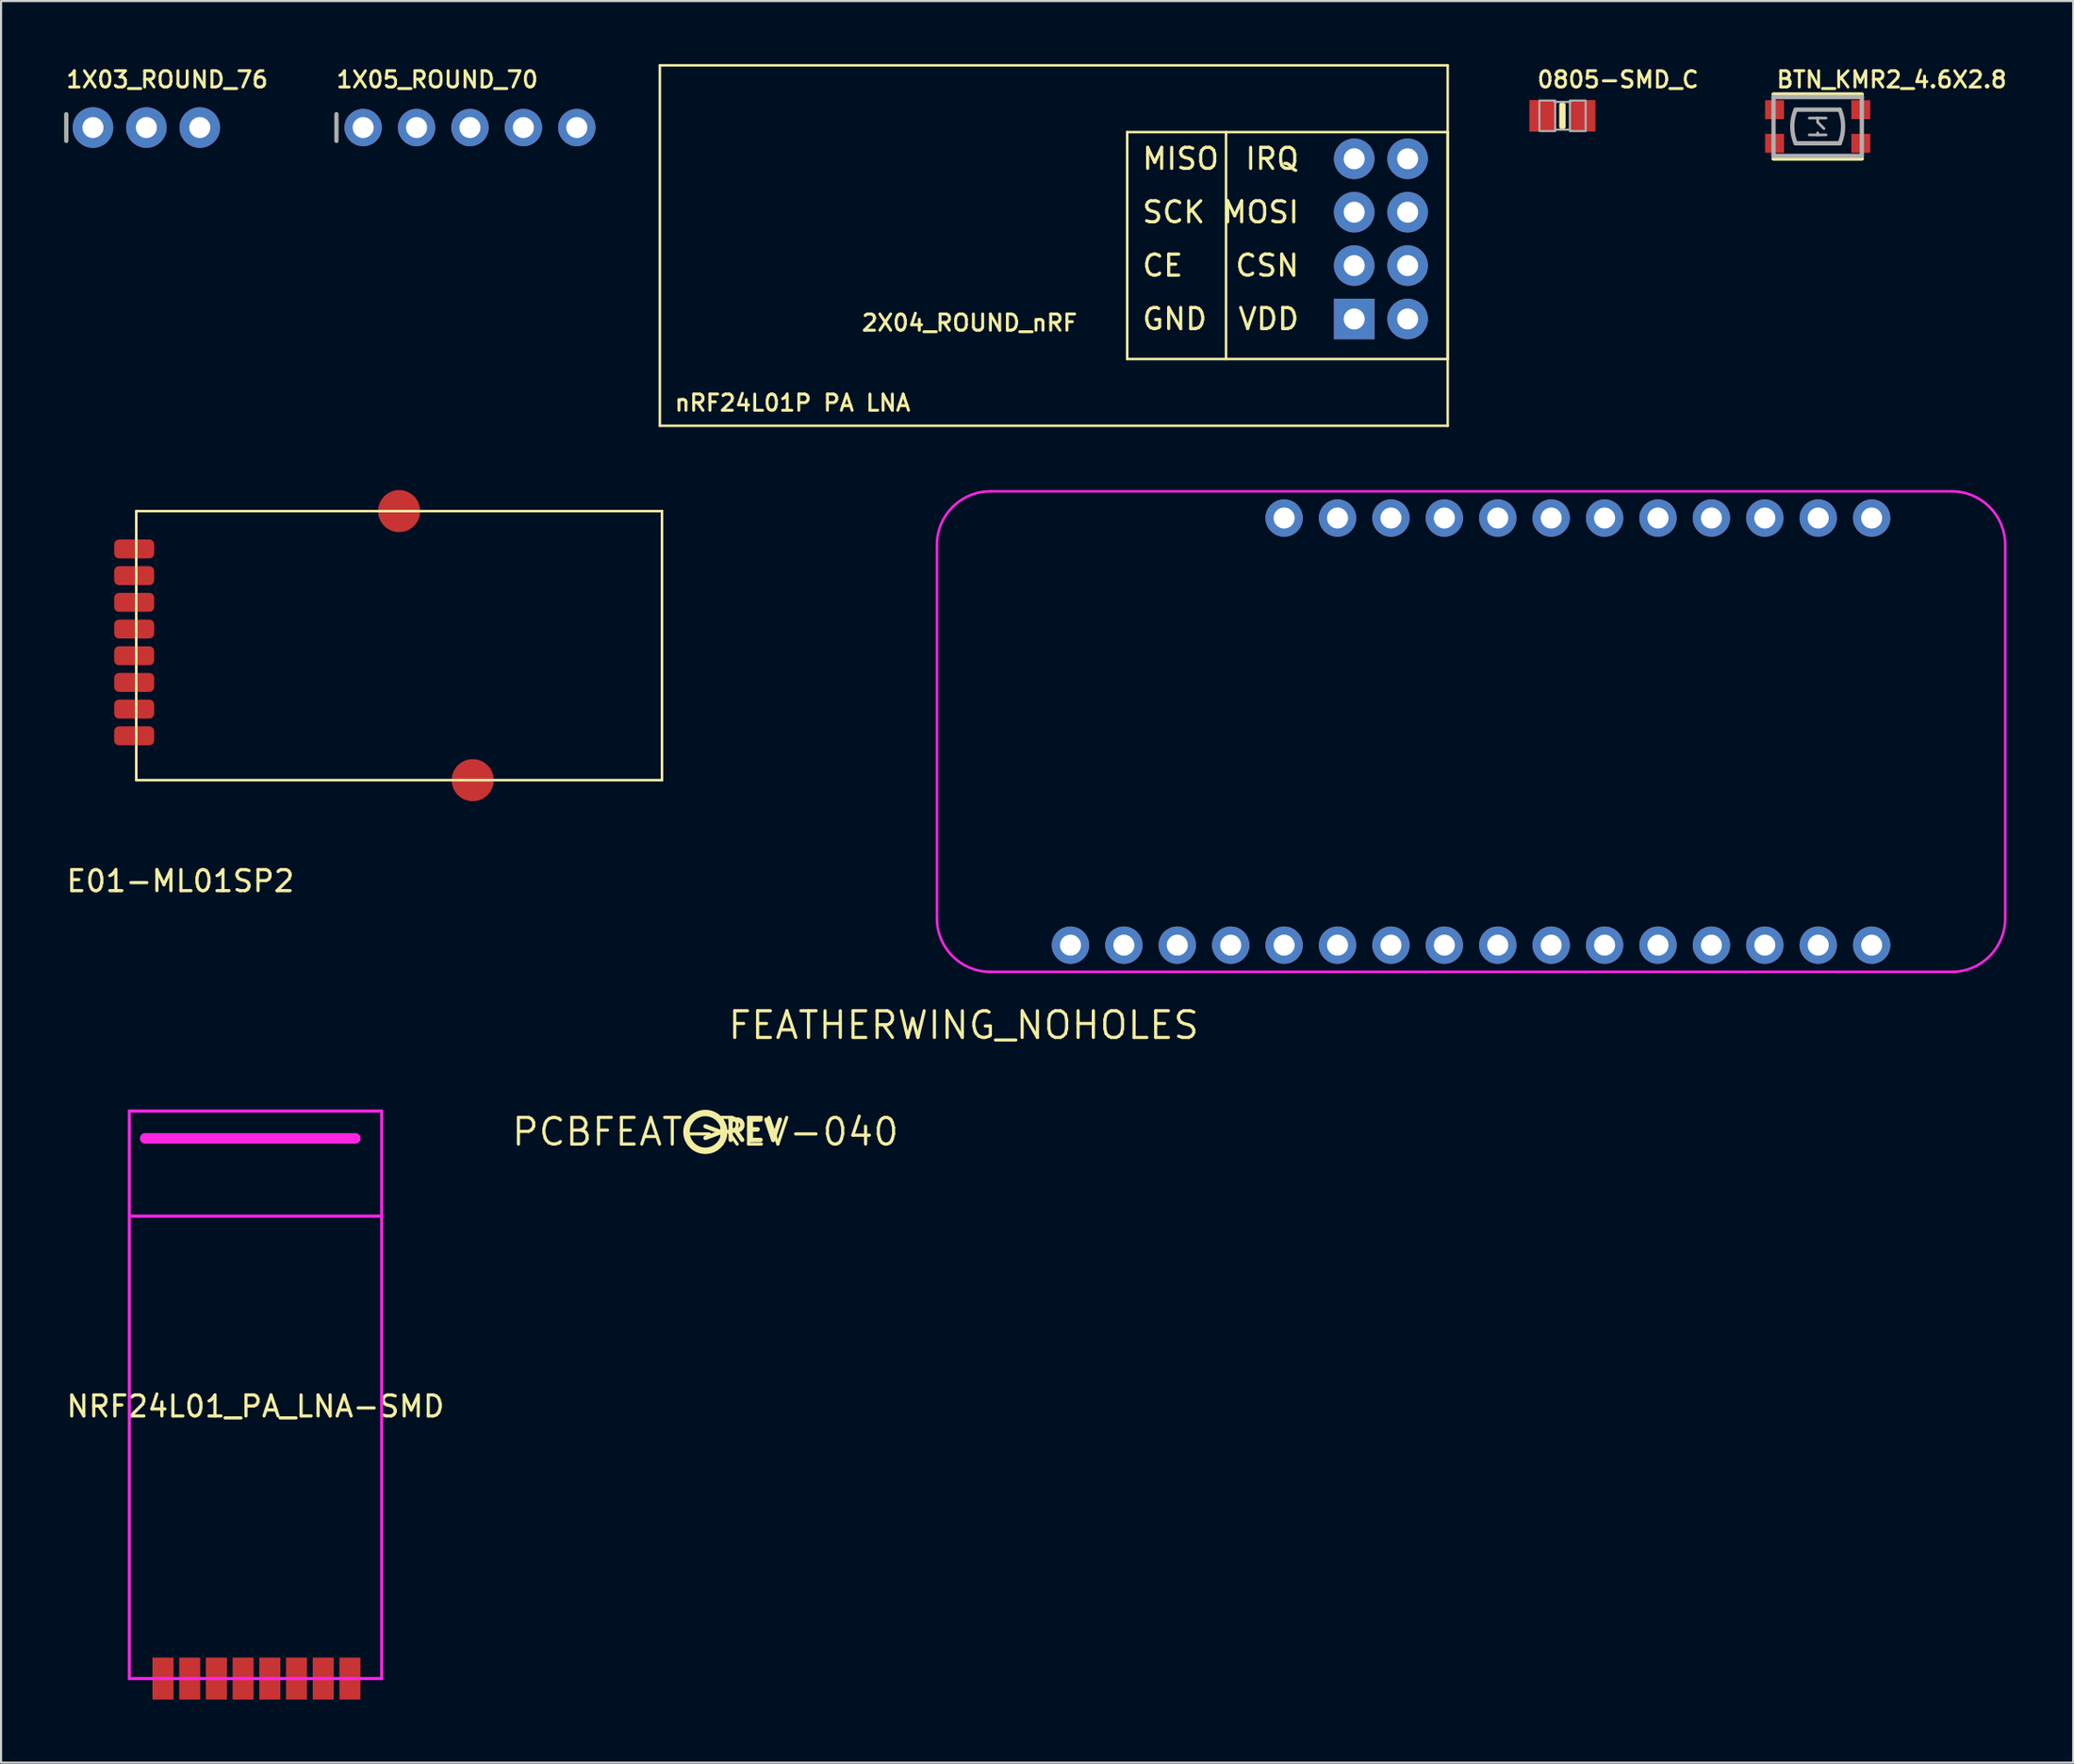
<source format=kicad_pcb>
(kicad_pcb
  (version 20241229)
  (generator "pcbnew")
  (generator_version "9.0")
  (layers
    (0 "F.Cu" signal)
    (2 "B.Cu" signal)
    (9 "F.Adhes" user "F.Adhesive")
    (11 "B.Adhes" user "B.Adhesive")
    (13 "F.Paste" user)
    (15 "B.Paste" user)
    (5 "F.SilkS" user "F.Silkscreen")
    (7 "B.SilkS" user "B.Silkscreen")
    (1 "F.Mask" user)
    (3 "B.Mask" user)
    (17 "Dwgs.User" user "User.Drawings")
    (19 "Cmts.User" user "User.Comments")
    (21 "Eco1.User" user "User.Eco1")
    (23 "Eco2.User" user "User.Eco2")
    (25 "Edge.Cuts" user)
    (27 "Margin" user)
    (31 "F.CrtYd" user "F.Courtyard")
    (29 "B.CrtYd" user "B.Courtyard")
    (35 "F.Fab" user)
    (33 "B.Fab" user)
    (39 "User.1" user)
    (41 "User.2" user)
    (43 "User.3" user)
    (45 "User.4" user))
  (footprint "NRF24L01_PA_LNA-SMD"
    (layer "F.Cu")
    (at 9.101 68.106)
    (property "Reference" "NRF24L01_PA_LNA-SMD" (at 0 -4.25 0) (layer "F.SilkS") (effects (font (size 1 1) (thickness 0.15))))
    (attr through_hole)
    (fp_line (start -6 -18.3) (end 6 -18.3) (stroke (width 0.15) (type solid)) (layer "F.CrtYd"))
    (fp_line (start -6 -13.3) (end 6 -13.3) (stroke (width 0.15) (type solid)) (layer "F.CrtYd"))
    (fp_line (start -6 8.7) (end -6 -18.3) (stroke (width 0.15) (type solid)) (layer "F.CrtYd"))
    (fp_line (start -5.25 -17) (end 4.75 -17) (stroke (width 0.5) (type solid)) (layer "F.CrtYd"))
    (fp_line (start 6 -18.3) (end 6 8.7) (stroke (width 0.15) (type solid)) (layer "F.CrtYd"))
    (fp_line (start 6 8.7) (end -6 8.7) (stroke (width 0.15) (type solid)) (layer "F.CrtYd"))
    (pad "1" smd rect (at 4.49 8.7) (size 1 2) (layers "F.Cu" "F.Mask" "F.Paste"))
    (pad "2" smd rect (at -4.4 8.7) (size 1 2) (layers "F.Cu" "F.Mask" "F.Paste"))
    (pad "3" smd rect (at -3.13 8.7) (size 1 2) (layers "F.Cu" "F.Mask" "F.Paste"))
    (pad "4" smd rect (at -1.86 8.7) (size 1 2) (layers "F.Cu" "F.Mask" "F.Paste"))
    (pad "5" smd rect (at -0.59 8.7) (size 1 2) (layers "F.Cu" "F.Mask" "F.Paste"))
    (pad "6" smd rect (at 0.68 8.7) (size 1 2) (layers "F.Cu" "F.Mask" "F.Paste"))
    (pad "7" smd rect (at 1.95 8.7) (size 1 2) (layers "F.Cu" "F.Mask" "F.Paste"))
    (pad "8" smd rect (at 3.22 8.7) (size 1 2) (layers "F.Cu" "F.Mask" "F.Paste")))
  (footprint "PCBFEAT-REV-040"
    (layer "F.Cu")
    (at 30.493 50.798)
    (property "Reference" "PCBFEAT-REV-040" (at 0 0 0) (layer "F.SilkS") (effects (font (size 1.27 1.27) (thickness 0.15))))
    (attr through_hole)
    (fp_circle (center 0 0) (end 0.898 0) (stroke (width 0.305) (type solid)) (fill no) (layer "F.SilkS"))
    (fp_text user ">REV" (at -0.356 0.508 0) (layer "F.SilkS") (effects (font (size 0.965 0.965) (thickness 0.203)) (justify left bottom))))
  (footprint "2X04_ROUND_nRF"
    (layer "F.Cu")
    (at 66.429 4.505)
    (property "Reference" "2X04_ROUND_nRF" (at -28.575 8.255 0) (layer "F.SilkS") (effects (font (size 0.772 0.772) (thickness 0.139)) (justify left bottom)))
    (attr through_hole)
    (fp_line (start -38.1 -4.445) (end -0.635 -4.445) (stroke (width 0.12) (type solid)) (layer "F.SilkS"))
    (fp_line (start -38.1 12.7) (end -38.1 -4.445) (stroke (width 0.12) (type solid)) (layer "F.SilkS"))
    (fp_line (start -15.875 -1.27) (end -15.875 9.525) (stroke (width 0.12) (type solid)) (layer "F.SilkS"))
    (fp_line (start -15.875 9.525) (end -0.635 9.525) (stroke (width 0.12) (type solid)) (layer "F.SilkS"))
    (fp_line (start -11.176 -1.27) (end -11.176 9.525) (stroke (width 0.12) (type solid)) (layer "F.SilkS"))
    (fp_line (start -0.635 -4.445) (end -0.635 12.7) (stroke (width 0.12) (type solid)) (layer "F.SilkS"))
    (fp_line (start -0.635 -1.27) (end -15.875 -1.27) (stroke (width 0.12) (type solid)) (layer "F.SilkS"))
    (fp_line (start -0.635 9.525) (end -0.635 -1.27) (stroke (width 0.12) (type solid)) (layer "F.SilkS"))
    (fp_line (start -0.635 12.7) (end -38.1 12.7) (stroke (width 0.12) (type solid)) (layer "F.SilkS"))
    (fp_text user "SCK" (at -15.24 2.54 0) (layer "F.SilkS") (effects (font (size 1 1) (thickness 0.15)) (justify left)))
    (fp_text user "CSN" (at -7.62 5.08 0) (layer "F.SilkS") (effects (font (size 1 1) (thickness 0.15)) (justify right)))
    (fp_text user "MOSI" (at -7.62 2.54 0) (layer "F.SilkS") (effects (font (size 1 1) (thickness 0.15)) (justify right)))
    (fp_text user "nRF24L01P PA LNA" (at -37.465 12.065 180) (layer "F.SilkS") (effects (font (size 0.772 0.772) (thickness 0.139)) (justify left bottom)))
    (fp_text user "CE" (at -15.24 5.08 0) (layer "F.SilkS") (effects (font (size 1 1) (thickness 0.15)) (justify left)))
    (fp_text user "VDD" (at -7.62 7.62 0) (layer "F.SilkS") (effects (font (size 1 1) (thickness 0.15)) (justify right)))
    (fp_text user "GND" (at -15.24 7.62 0) (layer "F.SilkS") (effects (font (size 1 1) (thickness 0.15)) (justify left)))
    (fp_text user "MISO" (at -15.24 0 0) (layer "F.SilkS") (effects (font (size 1 1) (thickness 0.15)) (justify left)))
    (fp_text user "IRQ" (at -7.62 0 0) (layer "F.SilkS") (effects (font (size 1 1) (thickness 0.15)) (justify right)))
    (pad "1" thru_hole rect (at -5.08 7.62 90) (size 1.93 1.93) (drill 1) (layers "*.Cu" "*.Mask"))
    (pad "2" thru_hole circle (at -2.54 7.62 90) (size 1.93 1.93) (drill 1) (layers "*.Cu" "*.Mask"))
    (pad "3" thru_hole circle (at -5.08 5.08 90) (size 1.93 1.93) (drill 1) (layers "*.Cu" "*.Mask"))
    (pad "4" thru_hole circle (at -2.54 5.08 90) (size 1.93 1.93) (drill 1) (layers "*.Cu" "*.Mask"))
    (pad "5" thru_hole circle (at -5.08 2.54 90) (size 1.93 1.93) (drill 1) (layers "*.Cu" "*.Mask"))
    (pad "6" thru_hole circle (at -2.54 2.54 90) (size 1.93 1.93) (drill 1) (layers "*.Cu" "*.Mask"))
    (pad "7" thru_hole circle (at -5.08 0 90) (size 1.93 1.93) (drill 1) (layers "*.Cu" "*.Mask"))
    (pad "8" thru_hole circle (at -2.54 0 90) (size 1.93 1.93) (drill 1) (layers "*.Cu" "*.Mask")))
  (footprint "1X05_ROUND_70"
    (layer "F.Cu")
    (at 19.3 3.018)
    (property "Reference" "1X05_ROUND_70" (at -6.426 -1.829 180) (layer "F.SilkS") (effects (font (size 0.772 0.772) (thickness 0.139)) (justify left bottom)))
    (attr through_hole)
    (fp_line (start -6.35 -0.635) (end -6.35 0.635) (stroke (width 0.203) (type solid)) (layer "F.Fab"))
    (fp_poly (pts (xy -5.334 0.254) (xy -4.826 0.254) (xy -4.826 -0.254) (xy -5.334 -0.254)) (stroke (width 0.1) (type solid)) (fill no) (layer "F.Fab"))
    (fp_poly (pts (xy -2.794 0.254) (xy -2.286 0.254) (xy -2.286 -0.254) (xy -2.794 -0.254)) (stroke (width 0.1) (type solid)) (fill no) (layer "F.Fab"))
    (fp_poly (pts (xy -0.254 0.254) (xy 0.254 0.254) (xy 0.254 -0.254) (xy -0.254 -0.254)) (stroke (width 0.1) (type solid)) (fill no) (layer "F.Fab"))
    (fp_poly (pts (xy 2.286 0.254) (xy 2.794 0.254) (xy 2.794 -0.254) (xy 2.286 -0.254)) (stroke (width 0.1) (type solid)) (fill no) (layer "F.Fab"))
    (fp_poly (pts (xy 4.826 0.254) (xy 5.334 0.254) (xy 5.334 -0.254) (xy 4.826 -0.254)) (stroke (width 0.1) (type solid)) (fill no) (layer "F.Fab"))
    (pad "1" thru_hole circle (at -5.08 0 90) (size 1.778 1.778) (drill 1) (layers "*.Cu" "*.Mask"))
    (pad "2" thru_hole circle (at -2.54 0 90) (size 1.778 1.778) (drill 1) (layers "*.Cu" "*.Mask"))
    (pad "3" thru_hole circle (at 0 0 90) (size 1.778 1.778) (drill 1) (layers "*.Cu" "*.Mask"))
    (pad "4" thru_hole circle (at 2.54 0 90) (size 1.778 1.778) (drill 1) (layers "*.Cu" "*.Mask"))
    (pad "5" thru_hole circle (at 5.08 0 90) (size 1.778 1.778) (drill 1) (layers "*.Cu" "*.Mask")))
  (footprint "E01-ML01SP2"
    (layer "F.Cu")
    (at 10.43 37.865)
    (property "Reference" "E01-ML01SP2" (at -4.9 1 0) (layer "F.SilkS") (effects (font (size 1 1) (thickness 0.15))))
    (attr through_hole)
    (fp_line (start -7 -16.6) (end 18 -16.6) (stroke (width 0.12) (type solid)) (layer "F.SilkS"))
    (fp_line (start -7 -3.8) (end -7 -16.6) (stroke (width 0.12) (type solid)) (layer "F.SilkS"))
    (fp_line (start 18 -16.6) (end 18 -3.8) (stroke (width 0.12) (type solid)) (layer "F.SilkS"))
    (fp_line (start 18 -3.8) (end -7 -3.8) (stroke (width 0.12) (type solid)) (layer "F.SilkS"))
    (pad "1" smd roundrect (at -7.1 -14.8) (size 1.9 0.9) (layers "F.Cu" "F.Mask" "F.Paste") (roundrect_rratio 0.25))
    (pad "2" smd roundrect (at -7.1 -13.53) (size 1.9 0.9) (layers "F.Cu" "F.Mask" "F.Paste") (roundrect_rratio 0.25))
    (pad "3" smd roundrect (at -7.1 -12.26) (size 1.9 0.9) (layers "F.Cu" "F.Mask" "F.Paste") (roundrect_rratio 0.25))
    (pad "4" smd roundrect (at -7.1 -10.99) (size 1.9 0.9) (layers "F.Cu" "F.Mask" "F.Paste") (roundrect_rratio 0.25))
    (pad "5" smd roundrect (at -7.1 -9.72) (size 1.9 0.9) (layers "F.Cu" "F.Mask" "F.Paste") (roundrect_rratio 0.25))
    (pad "6" smd roundrect (at -7.1 -8.45) (size 1.9 0.9) (layers "F.Cu" "F.Mask" "F.Paste") (roundrect_rratio 0.25))
    (pad "7" smd roundrect (at -7.1 -7.18) (size 1.9 0.9) (layers "F.Cu" "F.Mask" "F.Paste") (roundrect_rratio 0.25))
    (pad "8" smd roundrect (at -7.1 -5.91) (size 1.9 0.9) (layers "F.Cu" "F.Mask" "F.Paste") (roundrect_rratio 0.25))
    (pad "9" smd circle (at 5.5 -16.6) (size 2 2) (layers "F.Cu" "F.Mask" "F.Paste"))
    (pad "10" smd circle (at 9 -3.8) (size 2 2) (layers "F.Cu" "F.Mask" "F.Paste")))
  (footprint "BTN_KMR2_4.6X2.8"
    (layer "F.Cu")
    (at 83.389 2.967)
    (property "Reference" "BTN_KMR2_4.6X2.8" (at -2.032 -1.778 0) (layer "F.SilkS") (effects (font (size 0.772 0.772) (thickness 0.139)) (justify left bottom)))
    (attr through_hole)
    (fp_line (start -2.1 -1.525) (end 2.1 -1.525) (stroke (width 0.203) (type solid)) (layer "F.SilkS"))
    (fp_line (start 2.1 1.525) (end -2.1 1.525) (stroke (width 0.203) (type solid)) (layer "F.SilkS"))
    (fp_line (start -2.1 -1.4) (end 2.1 -1.4) (stroke (width 0.203) (type solid)) (layer "F.Fab"))
    (fp_line (start -2.1 1.4) (end -2.1 -1.4) (stroke (width 0.203) (type solid)) (layer "F.Fab"))
    (fp_line (start -1.05 -0.8) (end 1.05 -0.8) (stroke (width 0.203) (type solid)) (layer "F.Fab"))
    (fp_line (start -0.4 -0.4) (end 0 -0.4) (stroke (width 0.127) (type solid)) (layer "F.Fab"))
    (fp_line (start -0.4 0.4) (end 0 0.4) (stroke (width 0.127) (type solid)) (layer "F.Fab"))
    (fp_line (start 0 -0.4) (end 0 -0.2) (stroke (width 0.127) (type solid)) (layer "F.Fab"))
    (fp_line (start 0 -0.4) (end 0.4 -0.4) (stroke (width 0.127) (type solid)) (layer "F.Fab"))
    (fp_line (start 0 -0.2) (end 0.3 0.1) (stroke (width 0.127) (type solid)) (layer "F.Fab"))
    (fp_line (start 0 0.4) (end 0 0.3) (stroke (width 0.127) (type solid)) (layer "F.Fab"))
    (fp_line (start 0 0.4) (end 0.4 0.4) (stroke (width 0.127) (type solid)) (layer "F.Fab"))
    (fp_line (start 1.05 0.8) (end -1.05 0.8) (stroke (width 0.203) (type solid)) (layer "F.Fab"))
    (fp_line (start 2.1 -1.4) (end 2.1 1.4) (stroke (width 0.203) (type solid)) (layer "F.Fab"))
    (fp_line (start 2.1 1.4) (end -2.1 1.4) (stroke (width 0.203) (type solid)) (layer "F.Fab"))
    (fp_arc (start -1.05 0.8) (mid -1.209128 0) (end -1.05 -0.799999) (stroke (width 0.2032) (type solid)) (layer "F.Fab"))
    (fp_arc (start 1.05 -0.8) (mid 1.209128 0) (end 1.05 0.799999) (stroke (width 0.2032) (type solid)) (layer "F.Fab"))
    (pad "A" smd rect (at 2.05 -0.8) (size 0.9 0.9) (layers "F.Cu" "F.Mask" "F.Paste"))
    (pad "A'" smd rect (at -2.05 -0.8) (size 0.9 0.9) (layers "F.Cu" "F.Mask" "F.Paste"))
    (pad "B" smd rect (at 2.05 0.8) (size 0.9 0.9) (layers "F.Cu" "F.Mask" "F.Paste"))
    (pad "B'" smd rect (at -2.05 0.8) (size 0.9 0.9) (layers "F.Cu" "F.Mask" "F.Paste")))
  (footprint "0805-SMD_C"
    (layer "F.Cu")
    (at 71.249 2.459)
    (property "Reference" "0805-SMD_C" (at -1.27 -1.27 0) (layer "F.SilkS") (effects (font (size 0.772 0.772) (thickness 0.139)) (justify left bottom)))
    (attr through_hole)
    (fp_line (start 0 -0.508) (end 0 0.508) (stroke (width 0.305) (type solid)) (layer "F.SilkS"))
    (fp_line (start -0.381 -0.66) (end 0.381 -0.66) (stroke (width 0.102) (type solid)) (layer "F.Fab"))
    (fp_line (start -0.356 0.66) (end 0.381 0.66) (stroke (width 0.102) (type solid)) (layer "F.Fab"))
    (fp_poly (pts (xy -1.092 0.724) (xy -0.342 0.724) (xy -0.342 -0.726) (xy -1.092 -0.726)) (stroke (width 0.1) (type solid)) (fill no) (layer "F.Fab"))
    (fp_poly (pts (xy 0.356 0.724) (xy 1.106 0.724) (xy 1.106 -0.726) (xy 0.356 -0.726)) (stroke (width 0.1) (type solid)) (fill no) (layer "F.Fab"))
    (pad "1" smd rect (at -0.95 0) (size 1.24 1.5) (layers "F.Cu" "F.Mask" "F.Paste"))
    (pad "2" smd rect (at 0.95 0) (size 1.24 1.5) (layers "F.Cu" "F.Mask" "F.Paste")))
  (footprint "1X03_ROUND_76"
    (layer "F.Cu")
    (at 3.912 3.018)
    (property "Reference" "1X03_ROUND_76" (at -3.886 -1.829 0) (layer "F.SilkS") (effects (font (size 0.772 0.772) (thickness 0.139)) (justify left bottom)))
    (attr through_hole)
    (fp_line (start -3.81 -0.635) (end -3.81 0.635) (stroke (width 0.203) (type solid)) (layer "F.Fab"))
    (fp_poly (pts (xy -2.794 0.254) (xy -2.286 0.254) (xy -2.286 -0.254) (xy -2.794 -0.254)) (stroke (width 0.1) (type solid)) (fill no) (layer "F.Fab"))
    (fp_poly (pts (xy -0.254 0.254) (xy 0.254 0.254) (xy 0.254 -0.254) (xy -0.254 -0.254)) (stroke (width 0.1) (type solid)) (fill no) (layer "F.Fab"))
    (fp_poly (pts (xy 2.286 0.254) (xy 2.794 0.254) (xy 2.794 -0.254) (xy 2.286 -0.254)) (stroke (width 0.1) (type solid)) (fill no) (layer "F.Fab"))
    (pad "1" thru_hole circle (at -2.54 0 90) (size 1.93 1.93) (drill 1) (layers "*.Cu" "*.Mask"))
    (pad "2" thru_hole circle (at 0 0 90) (size 1.93 1.93) (drill 1) (layers "*.Cu" "*.Mask"))
    (pad "3" thru_hole circle (at 2.54 0 90) (size 1.93 1.93) (drill 1) (layers "*.Cu" "*.Mask")))
  (footprint "FEATHERWING_NOHOLES"
    (layer "F.Cu")
    (at 41.506 43.185)
    (property "Reference" "FEATHERWING_NOHOLES" (at 1.27 2.54 0) (layer "F.SilkS") (effects (font (size 1.27 1.27) (thickness 0.15))))
    (attr through_hole)
    (fp_line (start 0 -20.32) (end 0 -2.54) (stroke (width 0.12) (type solid)) (layer "F.CrtYd"))
    (fp_line (start 2.54 0) (end 48.26 0) (stroke (width 0.12) (type solid)) (layer "F.CrtYd"))
    (fp_line (start 48.26 -22.86) (end 2.54 -22.86) (stroke (width 0.12) (type solid)) (layer "F.CrtYd"))
    (fp_line (start 50.8 -2.54) (end 50.8 -20.32) (stroke (width 0.12) (type solid)) (layer "F.CrtYd"))
    (fp_arc (start 0 -20.32) (mid 0.743949 -22.116051) (end 2.54 -22.86) (stroke (width 0.12) (type solid)) (layer "F.CrtYd"))
    (fp_arc (start 2.54 0) (mid 0.743949 -0.743949) (end 0 -2.54) (stroke (width 0.12) (type solid)) (layer "F.CrtYd"))
    (fp_arc (start 48.26 -22.86) (mid 50.056051 -22.116051) (end 50.8 -20.32) (stroke (width 0.12) (type solid)) (layer "F.CrtYd"))
    (fp_arc (start 50.8 -2.54) (mid 50.056051 -0.743949) (end 48.26 0) (stroke (width 0.12) (type solid)) (layer "F.CrtYd"))
    (pad "1" thru_hole circle (at 6.35 -1.27) (size 1.778 1.778) (drill 1) (layers "*.Cu" "*.Mask"))
    (pad "2" thru_hole circle (at 8.89 -1.27) (size 1.778 1.778) (drill 1) (layers "*.Cu" "*.Mask"))
    (pad "3" thru_hole circle (at 11.43 -1.27) (size 1.778 1.778) (drill 1) (layers "*.Cu" "*.Mask"))
    (pad "4" thru_hole circle (at 13.97 -1.27) (size 1.778 1.778) (drill 1) (layers "*.Cu" "*.Mask"))
    (pad "5" thru_hole circle (at 16.51 -1.27) (size 1.778 1.778) (drill 1) (layers "*.Cu" "*.Mask"))
    (pad "6" thru_hole circle (at 19.05 -1.27) (size 1.778 1.778) (drill 1) (layers "*.Cu" "*.Mask"))
    (pad "7" thru_hole circle (at 21.59 -1.27) (size 1.778 1.778) (drill 1) (layers "*.Cu" "*.Mask"))
    (pad "8" thru_hole circle (at 24.13 -1.27) (size 1.778 1.778) (drill 1) (layers "*.Cu" "*.Mask"))
    (pad "9" thru_hole circle (at 26.67 -1.27) (size 1.778 1.778) (drill 1) (layers "*.Cu" "*.Mask"))
    (pad "10" thru_hole circle (at 29.21 -1.27) (size 1.778 1.778) (drill 1) (layers "*.Cu" "*.Mask"))
    (pad "11" thru_hole circle (at 31.75 -1.27) (size 1.778 1.778) (drill 1) (layers "*.Cu" "*.Mask"))
    (pad "12" thru_hole circle (at 34.29 -1.27) (size 1.778 1.778) (drill 1) (layers "*.Cu" "*.Mask"))
    (pad "13" thru_hole circle (at 36.83 -1.27) (size 1.778 1.778) (drill 1) (layers "*.Cu" "*.Mask"))
    (pad "14" thru_hole circle (at 39.37 -1.27) (size 1.778 1.778) (drill 1) (layers "*.Cu" "*.Mask"))
    (pad "15" thru_hole circle (at 41.91 -1.27) (size 1.778 1.778) (drill 1) (layers "*.Cu" "*.Mask"))
    (pad "16" thru_hole circle (at 44.45 -1.27) (size 1.778 1.778) (drill 1) (layers "*.Cu" "*.Mask"))
    (pad "17" thru_hole circle (at 44.45 -21.59) (size 1.778 1.778) (drill 1) (layers "*.Cu" "*.Mask"))
    (pad "18" thru_hole circle (at 41.91 -21.59) (size 1.778 1.778) (drill 1) (layers "*.Cu" "*.Mask"))
    (pad "19" thru_hole circle (at 39.37 -21.59) (size 1.778 1.778) (drill 1) (layers "*.Cu" "*.Mask"))
    (pad "20" thru_hole circle (at 36.83 -21.59) (size 1.778 1.778) (drill 1) (layers "*.Cu" "*.Mask"))
    (pad "21" thru_hole circle (at 34.29 -21.59) (size 1.778 1.778) (drill 1) (layers "*.Cu" "*.Mask"))
    (pad "22" thru_hole circle (at 31.75 -21.59) (size 1.778 1.778) (drill 1) (layers "*.Cu" "*.Mask"))
    (pad "23" thru_hole circle (at 29.21 -21.59) (size 1.778 1.778) (drill 1) (layers "*.Cu" "*.Mask"))
    (pad "24" thru_hole circle (at 26.67 -21.59) (size 1.778 1.778) (drill 1) (layers "*.Cu" "*.Mask"))
    (pad "25" thru_hole circle (at 24.13 -21.59) (size 1.778 1.778) (drill 1) (layers "*.Cu" "*.Mask"))
    (pad "26" thru_hole circle (at 21.59 -21.59) (size 1.778 1.778) (drill 1) (layers "*.Cu" "*.Mask"))
    (pad "27" thru_hole circle (at 19.05 -21.59) (size 1.778 1.778) (drill 1) (layers "*.Cu" "*.Mask"))
    (pad "28" thru_hole circle (at 16.51 -21.59) (size 1.778 1.778) (drill 1) (layers "*.Cu" "*.Mask")))
  (gr_rect
    (start -3 -3)
    (end 95.54 80.806)
    (stroke (width 0.1) (type default))
    (fill no)
    (layer "Edge.Cuts")))
</source>
